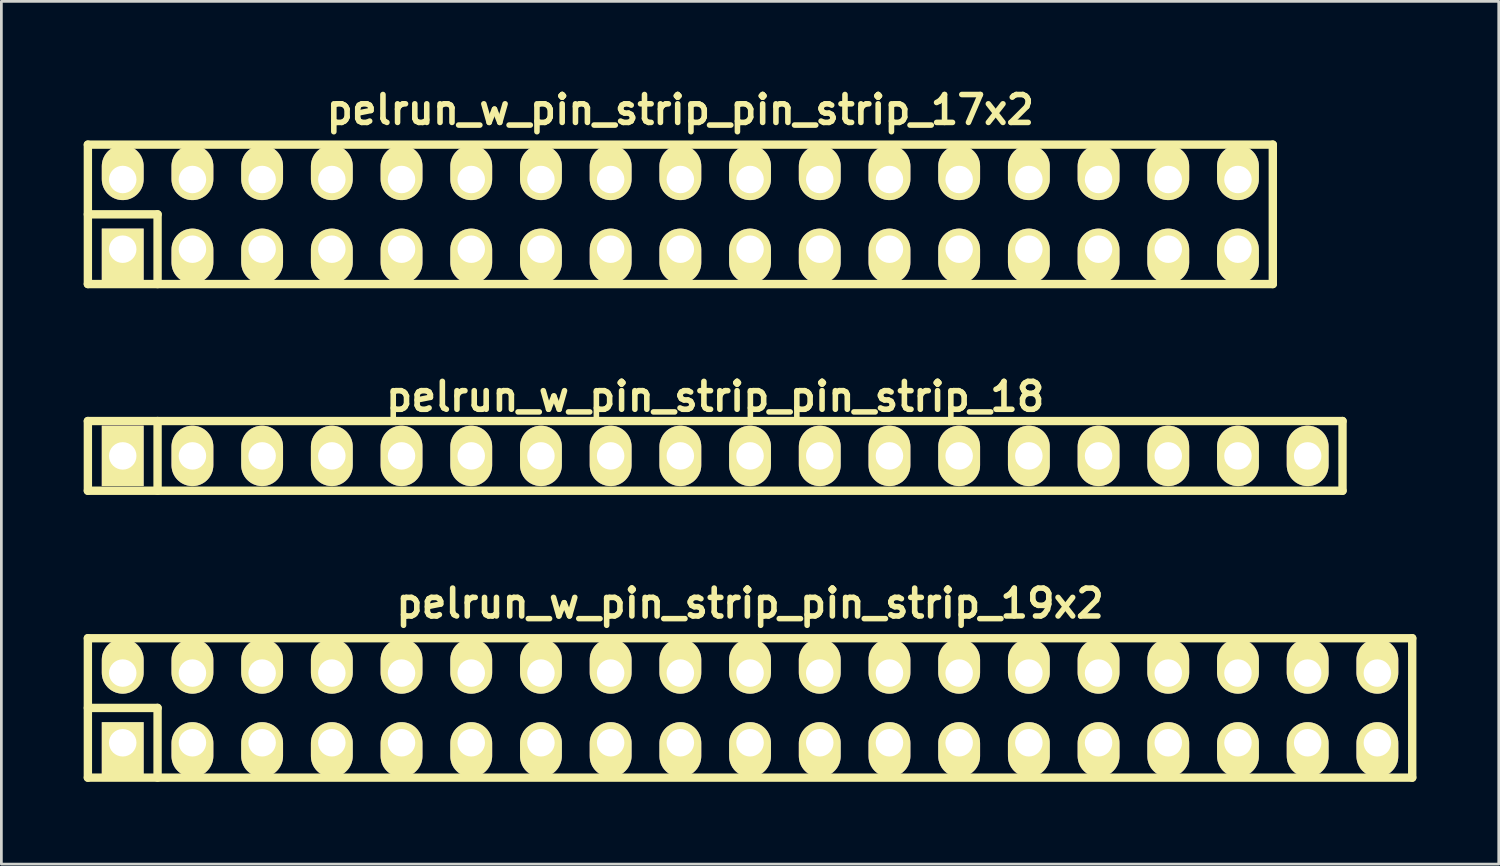
<source format=kicad_pcb>
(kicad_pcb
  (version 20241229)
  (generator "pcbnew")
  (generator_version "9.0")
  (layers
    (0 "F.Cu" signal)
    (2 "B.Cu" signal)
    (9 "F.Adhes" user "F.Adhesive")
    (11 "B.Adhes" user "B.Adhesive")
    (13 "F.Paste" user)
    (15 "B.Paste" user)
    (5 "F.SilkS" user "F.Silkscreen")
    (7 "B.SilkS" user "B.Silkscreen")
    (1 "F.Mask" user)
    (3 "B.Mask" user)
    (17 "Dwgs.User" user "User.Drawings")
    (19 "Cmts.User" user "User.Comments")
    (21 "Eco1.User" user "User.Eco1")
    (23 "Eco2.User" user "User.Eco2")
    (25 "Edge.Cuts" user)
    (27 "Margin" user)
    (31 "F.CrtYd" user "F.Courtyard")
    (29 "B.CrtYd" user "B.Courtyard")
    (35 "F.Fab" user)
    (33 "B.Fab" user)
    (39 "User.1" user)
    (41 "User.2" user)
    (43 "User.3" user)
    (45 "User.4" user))
  (footprint "pelrun_w_pin_strip_pin_strip_18"
    (layer "F.Cu")
    (at 23.012 13.563)
    (property "Reference" "pelrun_w_pin_strip_pin_strip_18" (at 0 -2.159 0) (layer "F.SilkS") (effects (font (size 1.016 1.016) (thickness 0.203))))
    (attr through_hole)
    (fp_line (start -22.86 -1.27) (end 22.86 -1.27) (stroke (width 0.305) (type solid)) (layer "F.SilkS"))
    (fp_line (start -22.86 1.27) (end -22.86 -1.27) (stroke (width 0.305) (type solid)) (layer "F.SilkS"))
    (fp_line (start -20.32 -1.27) (end -20.32 1.27) (stroke (width 0.305) (type solid)) (layer "F.SilkS"))
    (fp_line (start 22.86 -1.27) (end 22.86 1.27) (stroke (width 0.305) (type solid)) (layer "F.SilkS"))
    (fp_line (start 22.86 1.27) (end -22.86 1.27) (stroke (width 0.305) (type solid)) (layer "F.SilkS"))
    (pad "1" thru_hole rect (at -21.59 0) (size 1.524 2.2) (drill 1.001) (layers "*.Cu" "*.Mask" "F.SilkS"))
    (pad "2" thru_hole oval (at -19.05 0) (size 1.524 2.2) (drill 1.001) (layers "*.Cu" "*.Mask" "F.SilkS"))
    (pad "3" thru_hole oval (at -16.51 0) (size 1.524 2.2) (drill 1.001) (layers "*.Cu" "*.Mask" "F.SilkS"))
    (pad "4" thru_hole oval (at -13.97 0) (size 1.524 2.2) (drill 1.001) (layers "*.Cu" "*.Mask" "F.SilkS"))
    (pad "5" thru_hole oval (at -11.43 0) (size 1.524 2.2) (drill 1.001) (layers "*.Cu" "*.Mask" "F.SilkS"))
    (pad "6" thru_hole oval (at -8.89 0) (size 1.524 2.2) (drill 1.001) (layers "*.Cu" "*.Mask" "F.SilkS"))
    (pad "7" thru_hole oval (at -6.35 0) (size 1.524 2.2) (drill 1.001) (layers "*.Cu" "*.Mask" "F.SilkS"))
    (pad "8" thru_hole oval (at -3.81 0) (size 1.524 2.2) (drill 1.001) (layers "*.Cu" "*.Mask" "F.SilkS"))
    (pad "9" thru_hole oval (at -1.27 0) (size 1.524 2.2) (drill 1.001) (layers "*.Cu" "*.Mask" "F.SilkS"))
    (pad "10" thru_hole oval (at 1.27 0) (size 1.524 2.2) (drill 1.001) (layers "*.Cu" "*.Mask" "F.SilkS"))
    (pad "11" thru_hole oval (at 3.81 0) (size 1.524 2.2) (drill 1.001) (layers "*.Cu" "*.Mask" "F.SilkS"))
    (pad "12" thru_hole oval (at 6.35 0) (size 1.524 2.2) (drill 1.001) (layers "*.Cu" "*.Mask" "F.SilkS"))
    (pad "13" thru_hole oval (at 8.89 0) (size 1.524 2.2) (drill 1.001) (layers "*.Cu" "*.Mask" "F.SilkS"))
    (pad "14" thru_hole oval (at 11.43 0) (size 1.524 2.2) (drill 1.001) (layers "*.Cu" "*.Mask" "F.SilkS"))
    (pad "15" thru_hole oval (at 13.97 0) (size 1.524 2.2) (drill 1.001) (layers "*.Cu" "*.Mask" "F.SilkS"))
    (pad "16" thru_hole oval (at 16.51 0) (size 1.524 2.2) (drill 1.001) (layers "*.Cu" "*.Mask" "F.SilkS"))
    (pad "17" thru_hole oval (at 19.05 0) (size 1.524 2.2) (drill 1.001) (layers "*.Cu" "*.Mask" "F.SilkS"))
    (pad "18" thru_hole oval (at 21.59 0) (size 1.524 2.2) (drill 1.001) (layers "*.Cu" "*.Mask" "F.SilkS")))
  (footprint "pelrun_w_pin_strip_pin_strip_17x2"
    (layer "F.Cu")
    (at 21.742 4.761)
    (property "Reference" "pelrun_w_pin_strip_pin_strip_17x2" (at 0 -3.81 0) (layer "F.SilkS") (effects (font (size 1.016 1.016) (thickness 0.203))))
    (attr through_hole)
    (fp_line (start -21.59 -2.54) (end -21.59 2.54) (stroke (width 0.305) (type solid)) (layer "F.SilkS"))
    (fp_line (start -21.59 -2.54) (end 21.59 -2.54) (stroke (width 0.305) (type solid)) (layer "F.SilkS"))
    (fp_line (start -21.59 0) (end -19.05 0) (stroke (width 0.305) (type solid)) (layer "F.SilkS"))
    (fp_line (start -19.05 0) (end -19.05 2.54) (stroke (width 0.305) (type solid)) (layer "F.SilkS"))
    (fp_line (start 21.59 2.54) (end -21.59 2.54) (stroke (width 0.305) (type solid)) (layer "F.SilkS"))
    (fp_line (start 21.59 2.54) (end 21.59 -2.54) (stroke (width 0.305) (type solid)) (layer "F.SilkS"))
    (pad "1" thru_hole rect (at -20.32 1.27) (size 1.524 1.999) (drill 1.001 (offset 0 0.249)) (layers "*.Cu" "*.Mask" "F.SilkS"))
    (pad "2" thru_hole oval (at -20.32 -1.27) (size 1.524 1.999) (drill 1.001 (offset 0 -0.249)) (layers "*.Cu" "*.Mask" "F.SilkS"))
    (pad "3" thru_hole oval (at -17.78 1.27) (size 1.524 1.999) (drill 1.001 (offset 0 0.249)) (layers "*.Cu" "*.Mask" "F.SilkS"))
    (pad "4" thru_hole oval (at -17.78 -1.27) (size 1.524 1.999) (drill 1.001 (offset 0 -0.249)) (layers "*.Cu" "*.Mask" "F.SilkS"))
    (pad "5" thru_hole oval (at -15.24 1.27) (size 1.524 1.999) (drill 1.001 (offset 0 0.249)) (layers "*.Cu" "*.Mask" "F.SilkS"))
    (pad "6" thru_hole oval (at -15.24 -1.27) (size 1.524 1.999) (drill 1.001 (offset 0 -0.249)) (layers "*.Cu" "*.Mask" "F.SilkS"))
    (pad "7" thru_hole oval (at -12.7 1.27) (size 1.524 1.999) (drill 1.001 (offset 0 0.249)) (layers "*.Cu" "*.Mask" "F.SilkS"))
    (pad "8" thru_hole oval (at -12.7 -1.27) (size 1.524 1.999) (drill 1.001 (offset 0 -0.249)) (layers "*.Cu" "*.Mask" "F.SilkS"))
    (pad "9" thru_hole oval (at -10.16 1.27) (size 1.524 1.999) (drill 1.001 (offset 0 0.249)) (layers "*.Cu" "*.Mask" "F.SilkS"))
    (pad "10" thru_hole oval (at -10.16 -1.27) (size 1.524 1.999) (drill 1.001 (offset 0 -0.249)) (layers "*.Cu" "*.Mask" "F.SilkS"))
    (pad "11" thru_hole oval (at -7.62 1.27) (size 1.524 1.999) (drill 1.001 (offset 0 0.249)) (layers "*.Cu" "*.Mask" "F.SilkS"))
    (pad "12" thru_hole oval (at -7.62 -1.27) (size 1.524 1.999) (drill 1.001 (offset 0 -0.249)) (layers "*.Cu" "*.Mask" "F.SilkS"))
    (pad "13" thru_hole oval (at -5.08 1.27) (size 1.524 1.999) (drill 1.001 (offset 0 0.249)) (layers "*.Cu" "*.Mask" "F.SilkS"))
    (pad "14" thru_hole oval (at -5.08 -1.27) (size 1.524 1.999) (drill 1.001 (offset 0 -0.249)) (layers "*.Cu" "*.Mask" "F.SilkS"))
    (pad "15" thru_hole oval (at -2.54 1.27) (size 1.524 1.999) (drill 1.001 (offset 0 0.249)) (layers "*.Cu" "*.Mask" "F.SilkS"))
    (pad "16" thru_hole oval (at -2.54 -1.27) (size 1.524 1.999) (drill 1.001 (offset 0 -0.249)) (layers "*.Cu" "*.Mask" "F.SilkS"))
    (pad "17" thru_hole oval (at 0 1.27) (size 1.524 1.999) (drill 1.001 (offset 0 0.249)) (layers "*.Cu" "*.Mask" "F.SilkS"))
    (pad "18" thru_hole oval (at 0 -1.27) (size 1.524 1.999) (drill 1.001 (offset 0 -0.249)) (layers "*.Cu" "*.Mask" "F.SilkS"))
    (pad "19" thru_hole oval (at 2.54 1.27) (size 1.524 1.999) (drill 1.001 (offset 0 0.249)) (layers "*.Cu" "*.Mask" "F.SilkS"))
    (pad "20" thru_hole oval (at 2.54 -1.27) (size 1.524 1.999) (drill 1.001 (offset 0 -0.249)) (layers "*.Cu" "*.Mask" "F.SilkS"))
    (pad "21" thru_hole oval (at 5.08 1.27) (size 1.524 1.999) (drill 1.001 (offset 0 0.249)) (layers "*.Cu" "*.Mask" "F.SilkS"))
    (pad "22" thru_hole oval (at 5.08 -1.27) (size 1.524 1.999) (drill 1.001 (offset 0 -0.249)) (layers "*.Cu" "*.Mask" "F.SilkS"))
    (pad "23" thru_hole oval (at 7.62 1.27) (size 1.524 1.999) (drill 1.001 (offset 0 0.249)) (layers "*.Cu" "*.Mask" "F.SilkS"))
    (pad "24" thru_hole oval (at 7.62 -1.27) (size 1.524 1.999) (drill 1.001 (offset 0 -0.249)) (layers "*.Cu" "*.Mask" "F.SilkS"))
    (pad "25" thru_hole oval (at 10.16 1.27) (size 1.524 1.999) (drill 1.001 (offset 0 0.249)) (layers "*.Cu" "*.Mask" "F.SilkS"))
    (pad "26" thru_hole oval (at 10.16 -1.27) (size 1.524 1.999) (drill 1.001 (offset 0 -0.249)) (layers "*.Cu" "*.Mask" "F.SilkS"))
    (pad "27" thru_hole oval (at 12.7 1.27) (size 1.524 1.999) (drill 1.001 (offset 0 0.249)) (layers "*.Cu" "*.Mask" "F.SilkS"))
    (pad "28" thru_hole oval (at 12.7 -1.27) (size 1.524 1.999) (drill 1.001 (offset 0 -0.249)) (layers "*.Cu" "*.Mask" "F.SilkS"))
    (pad "29" thru_hole oval (at 15.24 1.27) (size 1.524 1.999) (drill 1.001 (offset 0 0.249)) (layers "*.Cu" "*.Mask" "F.SilkS"))
    (pad "30" thru_hole oval (at 15.24 -1.27) (size 1.524 1.999) (drill 1.001 (offset 0 -0.249)) (layers "*.Cu" "*.Mask" "F.SilkS"))
    (pad "31" thru_hole oval (at 17.78 1.27) (size 1.524 1.999) (drill 1.001 (offset 0 0.249)) (layers "*.Cu" "*.Mask" "F.SilkS"))
    (pad "32" thru_hole oval (at 17.78 -1.27) (size 1.524 1.999) (drill 1.001 (offset 0 -0.249)) (layers "*.Cu" "*.Mask" "F.SilkS"))
    (pad "33" thru_hole oval (at 20.32 1.27) (size 1.524 1.999) (drill 1.001 (offset 0 0.249)) (layers "*.Cu" "*.Mask" "F.SilkS"))
    (pad "34" thru_hole oval (at 20.32 -1.27) (size 1.524 1.999) (drill 1.001 (offset 0 -0.249)) (layers "*.Cu" "*.Mask" "F.SilkS")))
  (footprint "pelrun_w_pin_strip_pin_strip_19x2"
    (layer "F.Cu")
    (at 24.282 22.747)
    (property "Reference" "pelrun_w_pin_strip_pin_strip_19x2" (at 0 -3.81 0) (layer "F.SilkS") (effects (font (size 1.016 1.016) (thickness 0.203))))
    (attr through_hole)
    (fp_line (start -24.13 -2.54) (end -24.13 2.54) (stroke (width 0.305) (type solid)) (layer "F.SilkS"))
    (fp_line (start -24.13 -2.54) (end 24.13 -2.54) (stroke (width 0.305) (type solid)) (layer "F.SilkS"))
    (fp_line (start -24.13 0) (end -21.59 0) (stroke (width 0.305) (type solid)) (layer "F.SilkS"))
    (fp_line (start -21.59 0) (end -21.59 2.54) (stroke (width 0.305) (type solid)) (layer "F.SilkS"))
    (fp_line (start 24.13 2.54) (end -24.13 2.54) (stroke (width 0.305) (type solid)) (layer "F.SilkS"))
    (fp_line (start 24.13 2.54) (end 24.13 -2.54) (stroke (width 0.305) (type solid)) (layer "F.SilkS"))
    (pad "1" thru_hole rect (at -22.86 1.27) (size 1.524 1.999) (drill 1.001 (offset 0 0.249)) (layers "*.Cu" "*.Mask" "F.SilkS"))
    (pad "2" thru_hole oval (at -22.86 -1.27) (size 1.524 1.999) (drill 1.001 (offset 0 -0.249)) (layers "*.Cu" "*.Mask" "F.SilkS"))
    (pad "3" thru_hole oval (at -20.32 1.27) (size 1.524 1.999) (drill 1.001 (offset 0 0.249)) (layers "*.Cu" "*.Mask" "F.SilkS"))
    (pad "4" thru_hole oval (at -20.32 -1.27) (size 1.524 1.999) (drill 1.001 (offset 0 -0.249)) (layers "*.Cu" "*.Mask" "F.SilkS"))
    (pad "5" thru_hole oval (at -17.78 1.27) (size 1.524 1.999) (drill 1.001 (offset 0 0.249)) (layers "*.Cu" "*.Mask" "F.SilkS"))
    (pad "6" thru_hole oval (at -17.78 -1.27) (size 1.524 1.999) (drill 1.001 (offset 0 -0.249)) (layers "*.Cu" "*.Mask" "F.SilkS"))
    (pad "7" thru_hole oval (at -15.24 1.27) (size 1.524 1.999) (drill 1.001 (offset 0 0.249)) (layers "*.Cu" "*.Mask" "F.SilkS"))
    (pad "8" thru_hole oval (at -15.24 -1.27) (size 1.524 1.999) (drill 1.001 (offset 0 -0.249)) (layers "*.Cu" "*.Mask" "F.SilkS"))
    (pad "9" thru_hole oval (at -12.7 1.27) (size 1.524 1.999) (drill 1.001 (offset 0 0.249)) (layers "*.Cu" "*.Mask" "F.SilkS"))
    (pad "10" thru_hole oval (at -12.7 -1.27) (size 1.524 1.999) (drill 1.001 (offset 0 -0.249)) (layers "*.Cu" "*.Mask" "F.SilkS"))
    (pad "11" thru_hole oval (at -10.16 1.27) (size 1.524 1.999) (drill 1.001 (offset 0 0.249)) (layers "*.Cu" "*.Mask" "F.SilkS"))
    (pad "12" thru_hole oval (at -10.16 -1.27) (size 1.524 1.999) (drill 1.001 (offset 0 -0.249)) (layers "*.Cu" "*.Mask" "F.SilkS"))
    (pad "13" thru_hole oval (at -7.62 1.27) (size 1.524 1.999) (drill 1.001 (offset 0 0.249)) (layers "*.Cu" "*.Mask" "F.SilkS"))
    (pad "14" thru_hole oval (at -7.62 -1.27) (size 1.524 1.999) (drill 1.001 (offset 0 -0.249)) (layers "*.Cu" "*.Mask" "F.SilkS"))
    (pad "15" thru_hole oval (at -5.08 1.27) (size 1.524 1.999) (drill 1.001 (offset 0 0.249)) (layers "*.Cu" "*.Mask" "F.SilkS"))
    (pad "16" thru_hole oval (at -5.08 -1.27) (size 1.524 1.999) (drill 1.001 (offset 0 -0.249)) (layers "*.Cu" "*.Mask" "F.SilkS"))
    (pad "17" thru_hole oval (at -2.54 1.27) (size 1.524 1.999) (drill 1.001 (offset 0 0.249)) (layers "*.Cu" "*.Mask" "F.SilkS"))
    (pad "18" thru_hole oval (at -2.54 -1.27) (size 1.524 1.999) (drill 1.001 (offset 0 -0.249)) (layers "*.Cu" "*.Mask" "F.SilkS"))
    (pad "19" thru_hole oval (at 0 1.27) (size 1.524 1.999) (drill 1.001 (offset 0 0.249)) (layers "*.Cu" "*.Mask" "F.SilkS"))
    (pad "20" thru_hole oval (at 0 -1.27) (size 1.524 1.999) (drill 1.001 (offset 0 -0.249)) (layers "*.Cu" "*.Mask" "F.SilkS"))
    (pad "21" thru_hole oval (at 2.54 1.27) (size 1.524 1.999) (drill 1.001 (offset 0 0.249)) (layers "*.Cu" "*.Mask" "F.SilkS"))
    (pad "22" thru_hole oval (at 2.54 -1.27) (size 1.524 1.999) (drill 1.001 (offset 0 -0.249)) (layers "*.Cu" "*.Mask" "F.SilkS"))
    (pad "23" thru_hole oval (at 5.08 1.27) (size 1.524 1.999) (drill 1.001 (offset 0 0.249)) (layers "*.Cu" "*.Mask" "F.SilkS"))
    (pad "24" thru_hole oval (at 5.08 -1.27) (size 1.524 1.999) (drill 1.001 (offset 0 -0.249)) (layers "*.Cu" "*.Mask" "F.SilkS"))
    (pad "25" thru_hole oval (at 7.62 1.27) (size 1.524 1.999) (drill 1.001 (offset 0 0.249)) (layers "*.Cu" "*.Mask" "F.SilkS"))
    (pad "26" thru_hole oval (at 7.62 -1.27) (size 1.524 1.999) (drill 1.001 (offset 0 -0.249)) (layers "*.Cu" "*.Mask" "F.SilkS"))
    (pad "27" thru_hole oval (at 10.16 1.27) (size 1.524 1.999) (drill 1.001 (offset 0 0.249)) (layers "*.Cu" "*.Mask" "F.SilkS"))
    (pad "28" thru_hole oval (at 10.16 -1.27) (size 1.524 1.999) (drill 1.001 (offset 0 -0.249)) (layers "*.Cu" "*.Mask" "F.SilkS"))
    (pad "29" thru_hole oval (at 12.7 1.27) (size 1.524 1.999) (drill 1.001 (offset 0 0.249)) (layers "*.Cu" "*.Mask" "F.SilkS"))
    (pad "30" thru_hole oval (at 12.7 -1.27) (size 1.524 1.999) (drill 1.001 (offset 0 -0.249)) (layers "*.Cu" "*.Mask" "F.SilkS"))
    (pad "31" thru_hole oval (at 15.24 1.27) (size 1.524 1.999) (drill 1.001 (offset 0 0.249)) (layers "*.Cu" "*.Mask" "F.SilkS"))
    (pad "32" thru_hole oval (at 15.24 -1.27) (size 1.524 1.999) (drill 1.001 (offset 0 -0.249)) (layers "*.Cu" "*.Mask" "F.SilkS"))
    (pad "33" thru_hole oval (at 17.78 1.27) (size 1.524 1.999) (drill 1.001 (offset 0 0.249)) (layers "*.Cu" "*.Mask" "F.SilkS"))
    (pad "34" thru_hole oval (at 17.78 -1.27) (size 1.524 1.999) (drill 1.001 (offset 0 -0.249)) (layers "*.Cu" "*.Mask" "F.SilkS"))
    (pad "35" thru_hole oval (at 20.32 1.27) (size 1.524 1.999) (drill 1.001 (offset 0 0.249)) (layers "*.Cu" "*.Mask" "F.SilkS"))
    (pad "36" thru_hole oval (at 20.32 -1.27) (size 1.524 1.999) (drill 1.001 (offset 0 -0.249)) (layers "*.Cu" "*.Mask" "F.SilkS"))
    (pad "37" thru_hole oval (at 22.86 1.27) (size 1.524 1.999) (drill 1.001 (offset 0 0.249)) (layers "*.Cu" "*.Mask" "F.SilkS"))
    (pad "38" thru_hole oval (at 22.86 -1.27) (size 1.524 1.999) (drill 1.001 (offset 0 -0.249)) (layers "*.Cu" "*.Mask" "F.SilkS")))
  (gr_rect
    (start -3 -3)
    (end 51.565 28.439)
    (stroke (width 0.1) (type default))
    (fill no)
    (layer "Edge.Cuts")))
</source>
